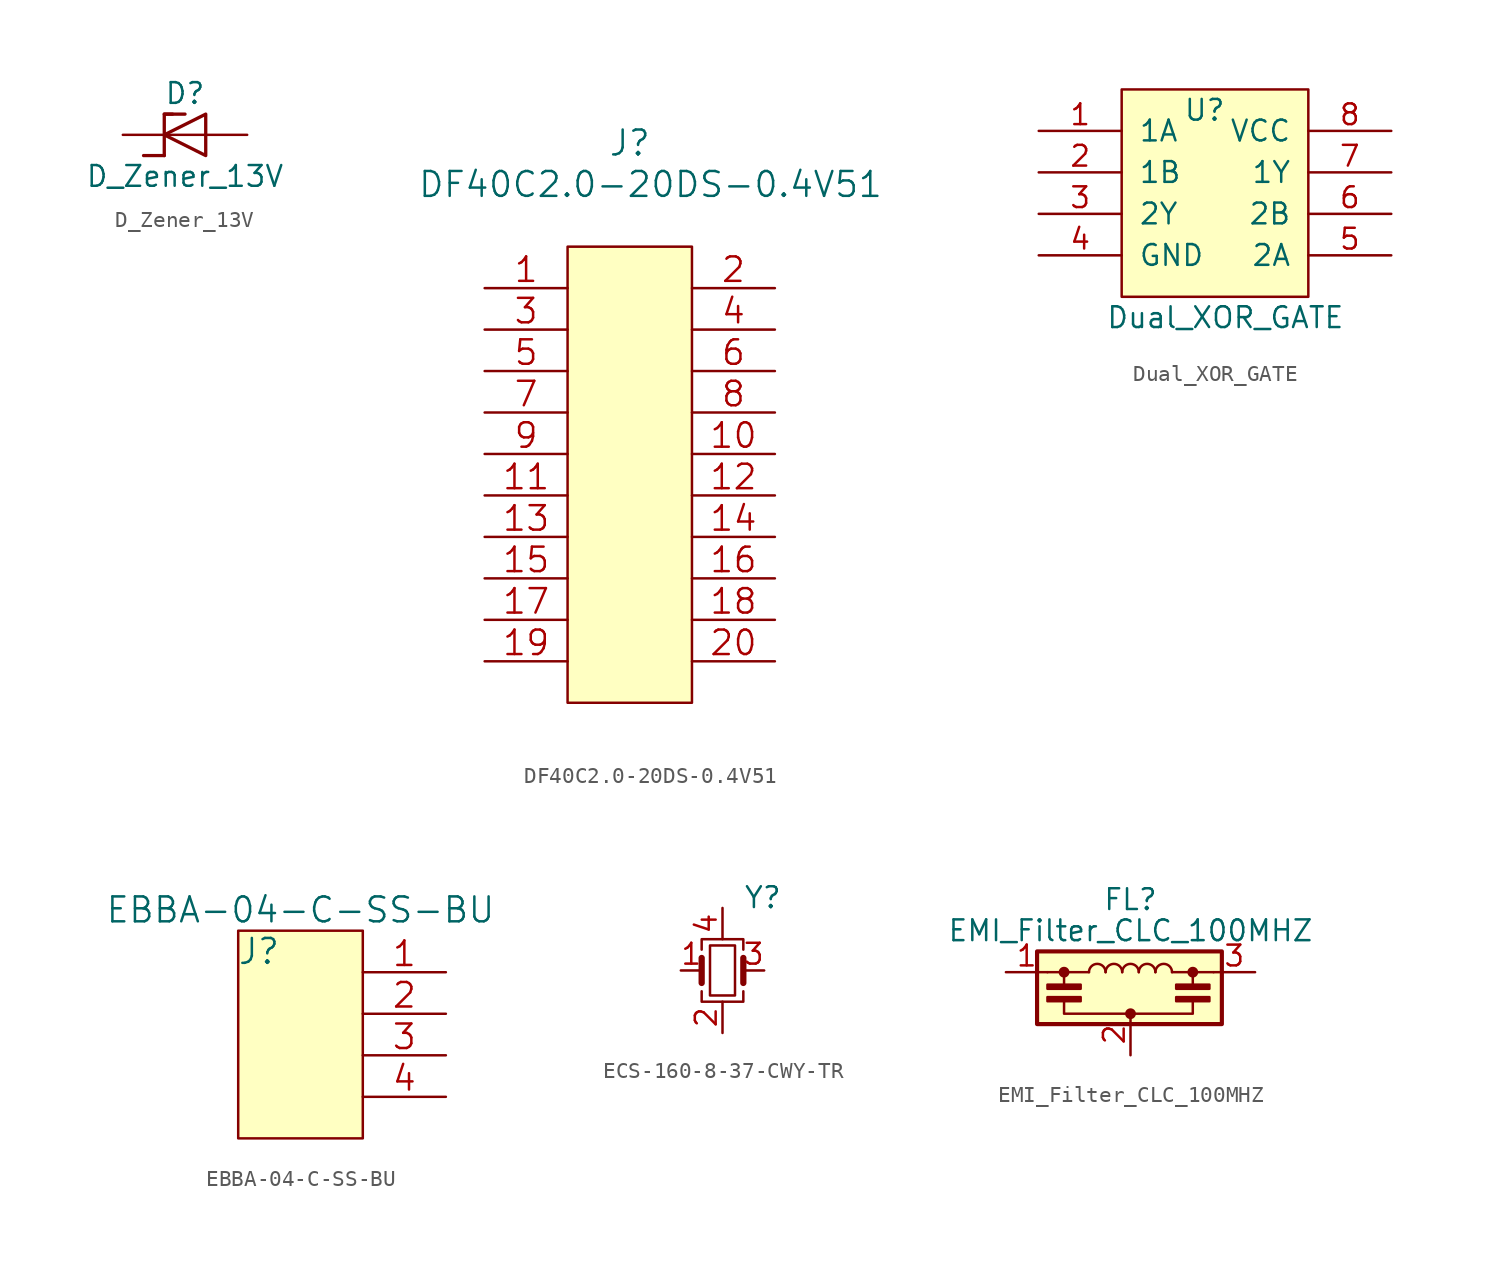
<source format=kicad_sym>
(kicad_symbol_lib
  (version 20211014)
  (generator kicad_symbol_editor)
  (symbol "D_Zener_13V"
    (pin_numbers hide)
    (pin_names
      (offset 1.016) hide)
    (property "Reference" "D"
      (at 0 2.54 0)
      (effects (font (size 1.27 1.27))))
    (property "Value" "D_Zener_13V"
      (at 0 -2.54 0)
      (effects (font (size 1.27 1.27))))
    (symbol "D_Zener_13V_0_1"
      (polyline (pts (xy -1.27 -1.27) (xy -2.54 -1.27)) (stroke (width 0.203) (type default) (color 0 0 0 0)) (fill (type none)))
      (polyline (pts (xy -1.27 1.27) (xy 0 1.27)) (stroke (width 0.203) (type default) (color 0 0 0 0)) (fill (type none)))
      (polyline (pts (xy 1.27 0) (xy -1.27 0)) (stroke (width 0) (type default) (color 0 0 0 0)) (fill (type none)))
      (polyline (pts (xy -1.27 -1.27) (xy -1.27 1.27) (xy -0.762 1.27)) (stroke (width 0.203) (type default) (color 0 0 0 0)) (fill (type none)))
      (polyline (pts (xy 1.27 -1.27) (xy 1.27 1.27) (xy -1.27 0) (xy 1.27 -1.27)) (stroke (width 0.203) (type default) (color 0 0 0 0)) (fill (type none))))
    (symbol "D_Zener_13V_1_1"
      (pin passive line (at -3.81 0 0) (length 2.54) (name "K" (effects (font (size 1.27 1.27)))) (number "1" (effects (font (size 1.27 1.27)))))
      (pin passive line (at 3.81 0 180) (length 2.54) (name "A" (effects (font (size 1.27 1.27)))) (number "2" (effects (font (size 1.27 1.27)))))))
  (symbol "DF40C2.0-20DS-0.4V51"
    (pin_names
      (offset 0.254) hide)
    (property "Reference" "J"
      (at 8.89 8.89 0)
      (effects (font (size 1.524 1.524))))
    (property "Value" "DF40C2.0-20DS-0.4V51"
      (at 10.16 6.35 0)
      (effects (font (size 1.524 1.524))))
    (symbol "DF40C2.0-20DS-0.4V51_1_1"
      (rectangle (start 5.08 -25.4) (end 12.7 2.54) (stroke (width 0) (type default) (color 0 0 0 0)) (fill (type background)))
      (pin unspecified line (at 0 0 0) (length 5.08) (name "1" (effects (font (size 1.499 1.499)))) (number "1" (effects (font (size 1.499 1.499)))))
      (pin unspecified line (at 17.78 -10.16 180) (length 5.08) (name "10" (effects (font (size 1.499 1.499)))) (number "10" (effects (font (size 1.499 1.499)))))
      (pin unspecified line (at 0 -12.7 0) (length 5.08) (name "11" (effects (font (size 1.499 1.499)))) (number "11" (effects (font (size 1.499 1.499)))))
      (pin unspecified line (at 17.78 -12.7 180) (length 5.08) (name "12" (effects (font (size 1.499 1.499)))) (number "12" (effects (font (size 1.499 1.499)))))
      (pin unspecified line (at 0 -15.24 0) (length 5.08) (name "13" (effects (font (size 1.499 1.499)))) (number "13" (effects (font (size 1.499 1.499)))))
      (pin unspecified line (at 17.78 -15.24 180) (length 5.08) (name "14" (effects (font (size 1.499 1.499)))) (number "14" (effects (font (size 1.499 1.499)))))
      (pin unspecified line (at 0 -17.78 0) (length 5.08) (name "15" (effects (font (size 1.499 1.499)))) (number "15" (effects (font (size 1.499 1.499)))))
      (pin unspecified line (at 17.78 -17.78 180) (length 5.08) (name "16" (effects (font (size 1.499 1.499)))) (number "16" (effects (font (size 1.499 1.499)))))
      (pin unspecified line (at 0 -20.32 0) (length 5.08) (name "17" (effects (font (size 1.499 1.499)))) (number "17" (effects (font (size 1.499 1.499)))))
      (pin unspecified line (at 17.78 -20.32 180) (length 5.08) (name "18" (effects (font (size 1.499 1.499)))) (number "18" (effects (font (size 1.499 1.499)))))
      (pin unspecified line (at 0 -22.86 0) (length 5.08) (name "19" (effects (font (size 1.499 1.499)))) (number "19" (effects (font (size 1.499 1.499)))))
      (pin unspecified line (at 17.78 0 180) (length 5.08) (name "2" (effects (font (size 1.499 1.499)))) (number "2" (effects (font (size 1.499 1.499)))))
      (pin unspecified line (at 17.78 -22.86 180) (length 5.08) (name "20" (effects (font (size 1.499 1.499)))) (number "20" (effects (font (size 1.499 1.499)))))
      (pin unspecified line (at 0 -2.54 0) (length 5.08) (name "3" (effects (font (size 1.499 1.499)))) (number "3" (effects (font (size 1.499 1.499)))))
      (pin unspecified line (at 17.78 -2.54 180) (length 5.08) (name "4" (effects (font (size 1.499 1.499)))) (number "4" (effects (font (size 1.499 1.499)))))
      (pin unspecified line (at 0 -5.08 0) (length 5.08) (name "5" (effects (font (size 1.499 1.499)))) (number "5" (effects (font (size 1.499 1.499)))))
      (pin unspecified line (at 17.78 -5.08 180) (length 5.08) (name "6" (effects (font (size 1.499 1.499)))) (number "6" (effects (font (size 1.499 1.499)))))
      (pin unspecified line (at 0 -7.62 0) (length 5.08) (name "7" (effects (font (size 1.499 1.499)))) (number "7" (effects (font (size 1.499 1.499)))))
      (pin unspecified line (at 17.78 -7.62 180) (length 5.08) (name "8" (effects (font (size 1.499 1.499)))) (number "8" (effects (font (size 1.499 1.499)))))
      (pin unspecified line (at 0 -10.16 0) (length 5.08) (name "9" (effects (font (size 1.499 1.499)))) (number "9" (effects (font (size 1.499 1.499)))))))
  (symbol "Dual_XOR_GATE"
    (pin_names
      (offset 1.016))
    (property "Reference" "U"
      (at 5.08 1.27 0)
      (effects (font (size 1.27 1.27))))
    (property "Value" "Dual_XOR_GATE"
      (at 6.35 -11.43 0)
      (effects (font (size 1.27 1.27))))
    (symbol "Dual_XOR_GATE_0_1"
      (rectangle (start 0 2.54) (end 11.43 -10.16) (stroke (width 0) (type default) (color 0 0 0 0)) (fill (type background))))
    (symbol "Dual_XOR_GATE_1_1"
      (pin input line (at -5.08 0 0) (length 5.08) (name "1A" (effects (font (size 1.27 1.27)))) (number "1" (effects (font (size 1.27 1.27)))))
      (pin input line (at -5.08 -2.54 0) (length 5.08) (name "1B" (effects (font (size 1.27 1.27)))) (number "2" (effects (font (size 1.27 1.27)))))
      (pin input line (at -5.08 -5.08 0) (length 5.08) (name "2Y" (effects (font (size 1.27 1.27)))) (number "3" (effects (font (size 1.27 1.27)))))
      (pin input line (at -5.08 -7.62 0) (length 5.08) (name "GND" (effects (font (size 1.27 1.27)))) (number "4" (effects (font (size 1.27 1.27)))))
      (pin input line (at 16.51 -7.62 180) (length 5.08) (name "2A" (effects (font (size 1.27 1.27)))) (number "5" (effects (font (size 1.27 1.27)))))
      (pin input line (at 16.51 -5.08 180) (length 5.08) (name "2B" (effects (font (size 1.27 1.27)))) (number "6" (effects (font (size 1.27 1.27)))))
      (pin input line (at 16.51 -2.54 180) (length 5.08) (name "1Y" (effects (font (size 1.27 1.27)))) (number "7" (effects (font (size 1.27 1.27)))))
      (pin input line (at 16.51 0 180) (length 5.08) (name "VCC" (effects (font (size 1.27 1.27)))) (number "8" (effects (font (size 1.27 1.27)))))))
  (symbol "EBBA-04-C-SS-BU"
    (pin_names
      (offset 0.254))
    (property "Reference" "J"
      (at -6.35 2.54 0)
      (effects (font (size 1.524 1.524))))
    (property "Value" "EBBA-04-C-SS-BU"
      (at -3.81 5.08 0)
      (effects (font (size 1.524 1.524))))
    (symbol "EBBA-04-C-SS-BU_0_1"
      (rectangle (start -7.62 3.81) (end 0 -8.89) (stroke (width 0) (type default) (color 0 0 0 0)) (fill (type background))))
    (symbol "EBBA-04-C-SS-BU_1_1"
      (pin unspecified line (at 5.08 1.27 180) (length 5.08) (name "~" (effects (font (size 1.499 1.499)))) (number "1" (effects (font (size 1.499 1.499)))))
      (pin unspecified line (at 5.08 -1.27 180) (length 5.08) (name "~" (effects (font (size 1.499 1.499)))) (number "2" (effects (font (size 1.499 1.499)))))
      (pin unspecified line (at 5.08 -3.81 180) (length 5.08) (name "~" (effects (font (size 1.499 1.499)))) (number "3" (effects (font (size 1.499 1.499)))))
      (pin unspecified line (at 5.08 -6.35 180) (length 5.08) (name "~" (effects (font (size 1.499 1.499)))) (number "4" (effects (font (size 1.499 1.499)))))))
  (symbol "ECS-160-8-37-CWY-TR"
    (pin_names
      (offset 1.016) hide)
    (property "Reference" "Y"
      (at 1.27 4.445 0)
      (effects (font (size 1.27 1.27)) (justify left)))
    (symbol "ECS-160-8-37-CWY-TR_0_1"
      (rectangle (start -0.762 -1.524) (end 0.762 1.524) (stroke (width 0) (type default) (color 0 0 0 0)) (fill (type none)))
      (polyline (pts (xy -1.27 -0.762) (xy -1.27 0.762)) (stroke (width 0.381) (type default) (color 0 0 0 0)) (fill (type none)))
      (polyline (pts (xy 1.27 -0.762) (xy 1.27 0.762)) (stroke (width 0.381) (type default) (color 0 0 0 0)) (fill (type none)))
      (polyline (pts (xy -1.27 -1.27) (xy -1.27 -1.905) (xy 1.27 -1.905) (xy 1.27 -1.27)) (stroke (width 0) (type default) (color 0 0 0 0)) (fill (type none)))
      (polyline (pts (xy -1.27 1.27) (xy -1.27 1.905) (xy 1.27 1.905) (xy 1.27 1.27)) (stroke (width 0) (type default) (color 0 0 0 0)) (fill (type none))))
    (symbol "ECS-160-8-37-CWY-TR_1_1"
      (pin passive line (at -2.54 0 0) (length 1.27) (name "1" (effects (font (size 1.27 1.27)))) (number "1" (effects (font (size 1.27 1.27)))))
      (pin passive line (at 0 -3.81 90) (length 1.905) (name "2" (effects (font (size 1.27 1.27)))) (number "2" (effects (font (size 1.27 1.27)))))
      (pin passive line (at 2.54 0 180) (length 1.27) (name "3" (effects (font (size 1.27 1.27)))) (number "3" (effects (font (size 1.27 1.27)))))
      (pin passive line (at 0 3.81 270) (length 1.905) (name "4" (effects (font (size 1.27 1.27)))) (number "4" (effects (font (size 1.27 1.27)))))))
  (symbol "EMI_Filter_CLC_100MHZ"
    (pin_names
      (offset 0.254) hide)
    (property "Reference" "FL"
      (at 0 6.985 0)
      (effects (font (size 1.27 1.27))))
    (property "Value" "EMI_Filter_CLC_100MHZ"
      (at 0 5.08 0)
      (effects (font (size 1.27 1.27))))
    (symbol "EMI_Filter_CLC_100MHZ_0_1"
      (rectangle (start -5.715 3.81) (end 5.588 -0.635) (stroke (width 0.254) (type default) (color 0 0 0 0)) (fill (type background)))
      (rectangle (start -5.08 0.762) (end -3.048 1.016) (stroke (width 0) (type default) (color 0 0 0 0)) (fill (type outline)))
      (circle (center -4.064 2.54) (radius 0.254) (stroke (width 0) (type default) (color 0 0 0 0)) (fill (type outline)))
      (rectangle (start -3.048 1.524) (end -5.08 1.778) (stroke (width 0) (type default) (color 0 0 0 0)) (fill (type outline)))
      (arc (start -1.524 2.54) (mid -2.032 3.048) (end -2.54 2.54) (stroke (width 0) (type default) (color 0 0 0 0)) (fill (type none)))
      (arc (start -0.508 2.54) (mid -1.016 3.048) (end -1.524 2.54) (stroke (width 0) (type default) (color 0 0 0 0)) (fill (type none)))
      (polyline (pts (xy -5.08 2.54) (xy -2.54 2.54)) (stroke (width 0) (type default) (color 0 0 0 0)) (fill (type none)))
      (polyline (pts (xy -4.064 2.54) (xy -4.064 1.778)) (stroke (width 0) (type default) (color 0 0 0 0)) (fill (type none)))
      (polyline (pts (xy 2.54 2.54) (xy 5.08 2.54)) (stroke (width 0) (type default) (color 0 0 0 0)) (fill (type none)))
      (polyline (pts (xy 3.81 2.54) (xy 3.81 1.778)) (stroke (width 0) (type default) (color 0 0 0 0)) (fill (type none)))
      (polyline (pts (xy -4.064 0.762) (xy -4.064 0) (xy 3.81 0) (xy 3.81 0.762)) (stroke (width 0) (type default) (color 0 0 0 0)) (fill (type none)))
      (circle (center 0 0) (radius 0.254) (stroke (width 0) (type default) (color 0 0 0 0)) (fill (type outline)))
      (arc (start 0.508 2.54) (mid 0 3.048) (end -0.508 2.54) (stroke (width 0) (type default) (color 0 0 0 0)) (fill (type none)))
      (arc (start 1.524 2.54) (mid 1.016 3.048) (end 0.508 2.54) (stroke (width 0) (type default) (color 0 0 0 0)) (fill (type none)))
      (arc (start 2.54 2.54) (mid 2.032 3.048) (end 1.524 2.54) (stroke (width 0) (type default) (color 0 0 0 0)) (fill (type none)))
      (rectangle (start 2.794 0.762) (end 4.826 1.016) (stroke (width 0) (type default) (color 0 0 0 0)) (fill (type outline)))
      (circle (center 3.81 2.54) (radius 0.254) (stroke (width 0) (type default) (color 0 0 0 0)) (fill (type outline)))
      (rectangle (start 4.826 1.524) (end 2.794 1.778) (stroke (width 0) (type default) (color 0 0 0 0)) (fill (type outline))))
    (symbol "EMI_Filter_CLC_100MHZ_1_1"
      (pin passive line (at -7.62 2.54 0) (length 2.54) (name "1" (effects (font (size 1.27 1.27)))) (number "1" (effects (font (size 1.27 1.27)))))
      (pin passive line (at 0 -2.54 90) (length 2.54) (name "2" (effects (font (size 1.27 1.27)))) (number "2" (effects (font (size 1.27 1.27)))))
      (pin passive line (at 7.62 2.54 180) (length 2.54) (name "3" (effects (font (size 1.27 1.27)))) (number "3" (effects (font (size 1.27 1.27))))))))
</source>
